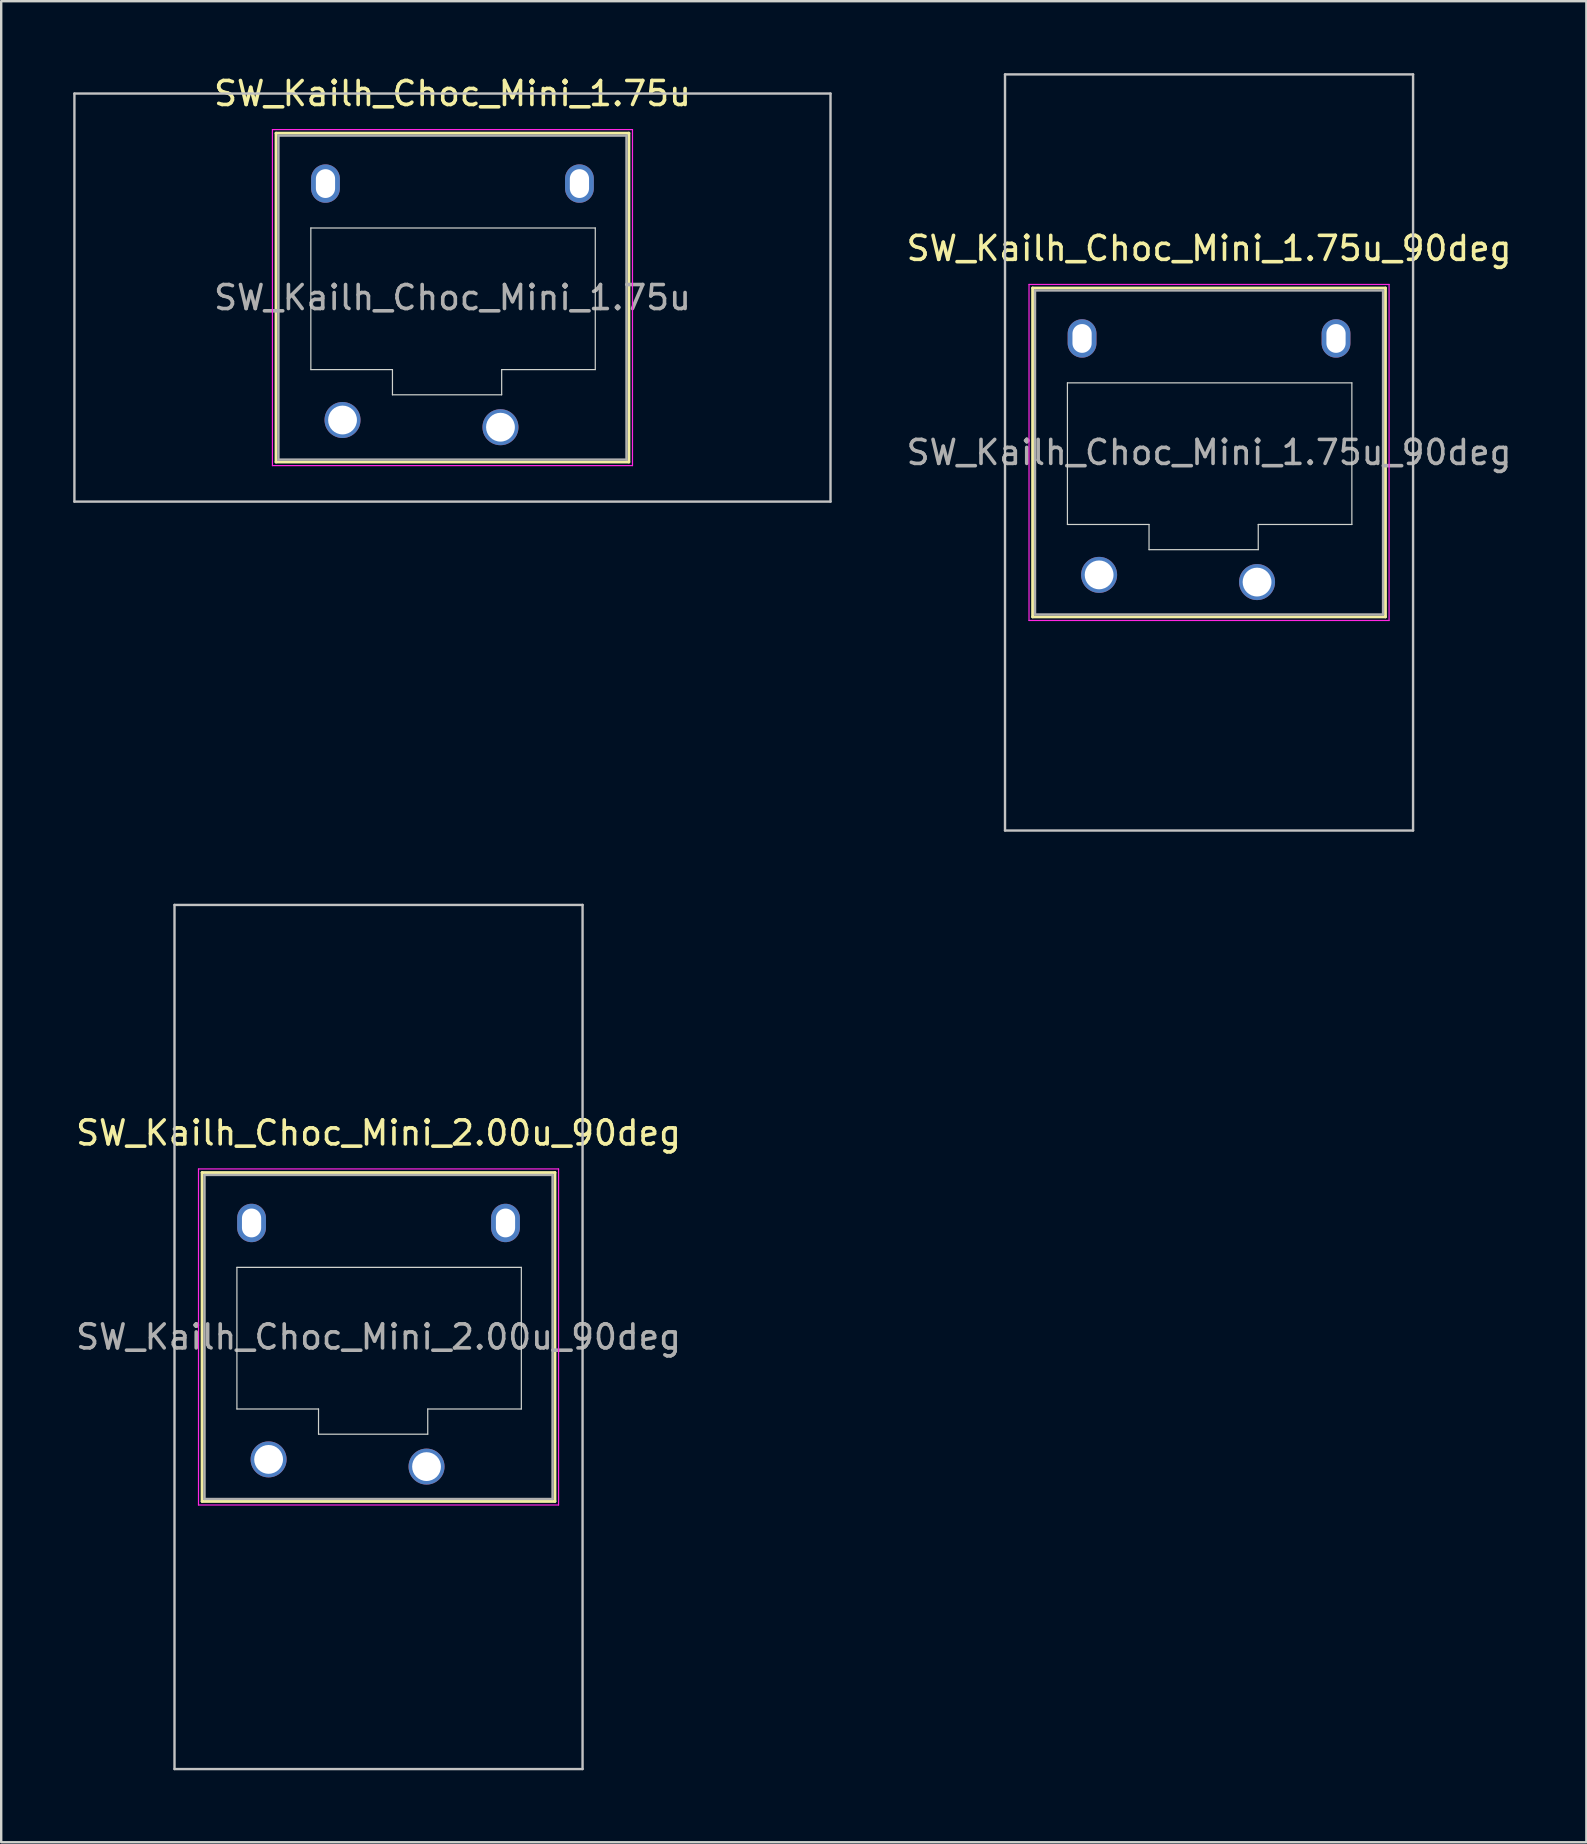
<source format=kicad_pcb>
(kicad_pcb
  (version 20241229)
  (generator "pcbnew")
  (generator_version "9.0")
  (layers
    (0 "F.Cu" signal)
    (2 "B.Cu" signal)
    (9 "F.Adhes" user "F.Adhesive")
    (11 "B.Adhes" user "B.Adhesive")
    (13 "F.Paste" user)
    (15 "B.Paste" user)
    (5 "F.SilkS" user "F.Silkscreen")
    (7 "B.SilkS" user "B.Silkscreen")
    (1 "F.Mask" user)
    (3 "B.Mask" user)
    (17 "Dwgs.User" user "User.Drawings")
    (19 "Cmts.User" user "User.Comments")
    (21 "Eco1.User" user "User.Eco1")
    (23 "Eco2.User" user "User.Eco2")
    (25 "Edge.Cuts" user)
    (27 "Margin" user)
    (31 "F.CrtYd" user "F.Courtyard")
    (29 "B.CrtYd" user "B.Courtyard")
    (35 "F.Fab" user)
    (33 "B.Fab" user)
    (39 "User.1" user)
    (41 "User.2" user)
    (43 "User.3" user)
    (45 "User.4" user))
  (footprint "SW_Kailh_Choc_Mini_2.00u_90deg"
    (layer "F.Cu")
    (at 12.72 52.65)
    (property "Reference" "SW_Kailh_Choc_Mini_2.00u_90deg" (at 0 -8.5 0) (layer "F.SilkS") (effects (font (size 1 1) (thickness 0.15))))
    (attr through_hole)
    (fp_line (start -7.35 -6.85) (end -7.35 6.85) (stroke (width 0.12) (type solid)) (layer "F.SilkS"))
    (fp_line (start -7.35 6.85) (end 7.35 6.85) (stroke (width 0.12) (type solid)) (layer "F.SilkS"))
    (fp_line (start 7.35 -6.85) (end -7.35 -6.85) (stroke (width 0.12) (type solid)) (layer "F.SilkS"))
    (fp_line (start 7.35 6.85) (end 7.35 -6.85) (stroke (width 0.12) (type solid)) (layer "F.SilkS"))
    (fp_line (start -8.5 -18) (end 8.5 -18) (stroke (width 0.1) (type solid)) (layer "Dwgs.User"))
    (fp_line (start -8.5 18) (end -8.5 -18) (stroke (width 0.1) (type solid)) (layer "Dwgs.User"))
    (fp_line (start 8.5 -18) (end 8.5 18) (stroke (width 0.1) (type solid)) (layer "Dwgs.User"))
    (fp_line (start 8.5 18) (end -8.5 18) (stroke (width 0.1) (type solid)) (layer "Dwgs.User"))
    (fp_line (start -6.85 -6.35) (end -6.85 6.35) (stroke (width 0.1) (type solid)) (layer "Eco1.User"))
    (fp_line (start -6.85 6.35) (end 6.85 6.35) (stroke (width 0.1) (type solid)) (layer "Eco1.User"))
    (fp_line (start 6.85 -6.35) (end -6.85 -6.35) (stroke (width 0.1) (type solid)) (layer "Eco1.User"))
    (fp_line (start 6.85 6.35) (end 6.85 -6.35) (stroke (width 0.1) (type solid)) (layer "Eco1.User"))
    (fp_line (start -5.9 -2.9) (end -5.9 3) (stroke (width 0.05) (type solid)) (layer "Edge.Cuts"))
    (fp_line (start -5.9 3) (end -2.5 3) (stroke (width 0.05) (type solid)) (layer "Edge.Cuts"))
    (fp_line (start -2.5 3) (end -2.5 4.05) (stroke (width 0.05) (type solid)) (layer "Edge.Cuts"))
    (fp_line (start -2.5 4.05) (end 2.05 4.05) (stroke (width 0.05) (type solid)) (layer "Edge.Cuts"))
    (fp_line (start 2.05 3) (end 5.95 3) (stroke (width 0.05) (type solid)) (layer "Edge.Cuts"))
    (fp_line (start 2.05 4.05) (end 2.05 3) (stroke (width 0.05) (type solid)) (layer "Edge.Cuts"))
    (fp_line (start 5.95 -2.9) (end -5.9 -2.9) (stroke (width 0.05) (type solid)) (layer "Edge.Cuts"))
    (fp_line (start 5.95 3) (end 5.95 -2.9) (stroke (width 0.05) (type solid)) (layer "Edge.Cuts"))
    (fp_line (start -7.5 -7) (end -7.5 7) (stroke (width 0.05) (type solid)) (layer "F.CrtYd"))
    (fp_line (start -7.5 7) (end 7.5 7) (stroke (width 0.05) (type solid)) (layer "F.CrtYd"))
    (fp_line (start 7.5 -7) (end -7.5 -7) (stroke (width 0.05) (type solid)) (layer "F.CrtYd"))
    (fp_line (start 7.5 7) (end 7.5 -7) (stroke (width 0.05) (type solid)) (layer "F.CrtYd"))
    (fp_line (start -7.25 -6.75) (end -7.25 6.75) (stroke (width 0.1) (type solid)) (layer "F.Fab"))
    (fp_line (start -7.25 6.75) (end 7.25 6.75) (stroke (width 0.1) (type solid)) (layer "F.Fab"))
    (fp_line (start 7.25 -6.75) (end -7.25 -6.75) (stroke (width 0.1) (type solid)) (layer "F.Fab"))
    (fp_line (start 7.25 6.75) (end 7.25 -6.75) (stroke (width 0.1) (type solid)) (layer "F.Fab"))
    (fp_text user "${REFERENCE}" (at 0 0 0) (layer "F.Fab") (effects (font (size 1 1) (thickness 0.15))))
    (pad "" np_thru_hole oval (at -5.29 -4.75) (size 1.2 1.6) (drill oval 0.8 1.2) (layers "*.Cu" "*.Mask"))
    (pad "" smd circle (at -4.58 5.1) (size 1.25 1.25) (layers "F.Mask"))
    (pad "" smd circle (at 2 5.4) (size 1.25 1.25) (layers "F.Mask"))
    (pad "" np_thru_hole oval (at 5.29 -4.75) (size 1.2 1.6) (drill oval 0.8 1.2) (layers "*.Cu" "*.Mask"))
    (pad "1" thru_hole circle (at 2 5.4) (size 1.5 1.5) (drill 1.2) (layers "*.Cu" "B.Mask"))
    (pad "2" thru_hole circle (at -4.58 5.1) (size 1.5 1.5) (drill 1.2) (layers "*.Cu" "B.Mask")))
  (footprint "SW_Kailh_Choc_Mini_1.75u_90deg"
    (layer "F.Cu")
    (at 47.32 15.8)
    (property "Reference" "SW_Kailh_Choc_Mini_1.75u_90deg" (at 0 -8.5 0) (layer "F.SilkS") (effects (font (size 1 1) (thickness 0.15))))
    (attr through_hole)
    (fp_line (start -7.35 -6.85) (end -7.35 6.85) (stroke (width 0.12) (type solid)) (layer "F.SilkS"))
    (fp_line (start -7.35 6.85) (end 7.35 6.85) (stroke (width 0.12) (type solid)) (layer "F.SilkS"))
    (fp_line (start 7.35 -6.85) (end -7.35 -6.85) (stroke (width 0.12) (type solid)) (layer "F.SilkS"))
    (fp_line (start 7.35 6.85) (end 7.35 -6.85) (stroke (width 0.12) (type solid)) (layer "F.SilkS"))
    (fp_line (start -8.5 -15.75) (end 8.5 -15.75) (stroke (width 0.1) (type solid)) (layer "Dwgs.User"))
    (fp_line (start -8.5 15.75) (end -8.5 -15.75) (stroke (width 0.1) (type solid)) (layer "Dwgs.User"))
    (fp_line (start 8.5 -15.75) (end 8.5 15.75) (stroke (width 0.1) (type solid)) (layer "Dwgs.User"))
    (fp_line (start 8.5 15.75) (end -8.5 15.75) (stroke (width 0.1) (type solid)) (layer "Dwgs.User"))
    (fp_line (start -6.85 -6.35) (end -6.85 6.35) (stroke (width 0.1) (type solid)) (layer "Eco1.User"))
    (fp_line (start -6.85 6.35) (end 6.85 6.35) (stroke (width 0.1) (type solid)) (layer "Eco1.User"))
    (fp_line (start 6.85 -6.35) (end -6.85 -6.35) (stroke (width 0.1) (type solid)) (layer "Eco1.User"))
    (fp_line (start 6.85 6.35) (end 6.85 -6.35) (stroke (width 0.1) (type solid)) (layer "Eco1.User"))
    (fp_line (start -5.9 -2.9) (end -5.9 3) (stroke (width 0.05) (type solid)) (layer "Edge.Cuts"))
    (fp_line (start -5.9 3) (end -2.5 3) (stroke (width 0.05) (type solid)) (layer "Edge.Cuts"))
    (fp_line (start -2.5 3) (end -2.5 4.05) (stroke (width 0.05) (type solid)) (layer "Edge.Cuts"))
    (fp_line (start -2.5 4.05) (end 2.05 4.05) (stroke (width 0.05) (type solid)) (layer "Edge.Cuts"))
    (fp_line (start 2.05 3) (end 5.95 3) (stroke (width 0.05) (type solid)) (layer "Edge.Cuts"))
    (fp_line (start 2.05 4.05) (end 2.05 3) (stroke (width 0.05) (type solid)) (layer "Edge.Cuts"))
    (fp_line (start 5.95 -2.9) (end -5.9 -2.9) (stroke (width 0.05) (type solid)) (layer "Edge.Cuts"))
    (fp_line (start 5.95 3) (end 5.95 -2.9) (stroke (width 0.05) (type solid)) (layer "Edge.Cuts"))
    (fp_line (start -7.5 -7) (end -7.5 7) (stroke (width 0.05) (type solid)) (layer "F.CrtYd"))
    (fp_line (start -7.5 7) (end 7.5 7) (stroke (width 0.05) (type solid)) (layer "F.CrtYd"))
    (fp_line (start 7.5 -7) (end -7.5 -7) (stroke (width 0.05) (type solid)) (layer "F.CrtYd"))
    (fp_line (start 7.5 7) (end 7.5 -7) (stroke (width 0.05) (type solid)) (layer "F.CrtYd"))
    (fp_line (start -7.25 -6.75) (end -7.25 6.75) (stroke (width 0.1) (type solid)) (layer "F.Fab"))
    (fp_line (start -7.25 6.75) (end 7.25 6.75) (stroke (width 0.1) (type solid)) (layer "F.Fab"))
    (fp_line (start 7.25 -6.75) (end -7.25 -6.75) (stroke (width 0.1) (type solid)) (layer "F.Fab"))
    (fp_line (start 7.25 6.75) (end 7.25 -6.75) (stroke (width 0.1) (type solid)) (layer "F.Fab"))
    (fp_text user "${REFERENCE}" (at 0 0 0) (layer "F.Fab") (effects (font (size 1 1) (thickness 0.15))))
    (pad "" np_thru_hole oval (at -5.29 -4.75) (size 1.2 1.6) (drill oval 0.8 1.2) (layers "*.Cu" "*.Mask"))
    (pad "" smd circle (at -4.58 5.1) (size 1.25 1.25) (layers "F.Mask"))
    (pad "" smd circle (at 2 5.4) (size 1.25 1.25) (layers "F.Mask"))
    (pad "" np_thru_hole oval (at 5.29 -4.75) (size 1.2 1.6) (drill oval 0.8 1.2) (layers "*.Cu" "*.Mask"))
    (pad "1" thru_hole circle (at 2 5.4) (size 1.5 1.5) (drill 1.2) (layers "*.Cu" "B.Mask"))
    (pad "2" thru_hole circle (at -4.58 5.1) (size 1.5 1.5) (drill 1.2) (layers "*.Cu" "B.Mask")))
  (footprint "SW_Kailh_Choc_Mini_1.75u"
    (layer "F.Cu")
    (at 15.8 9.348)
    (property "Reference" "SW_Kailh_Choc_Mini_1.75u" (at 0 -8.5 0) (layer "F.SilkS") (effects (font (size 1 1) (thickness 0.15))))
    (attr through_hole)
    (fp_line (start -7.35 -6.85) (end -7.35 6.85) (stroke (width 0.12) (type solid)) (layer "F.SilkS"))
    (fp_line (start -7.35 6.85) (end 7.35 6.85) (stroke (width 0.12) (type solid)) (layer "F.SilkS"))
    (fp_line (start 7.35 -6.85) (end -7.35 -6.85) (stroke (width 0.12) (type solid)) (layer "F.SilkS"))
    (fp_line (start 7.35 6.85) (end 7.35 -6.85) (stroke (width 0.12) (type solid)) (layer "F.SilkS"))
    (fp_line (start -15.75 -8.5) (end -15.75 8.5) (stroke (width 0.1) (type solid)) (layer "Dwgs.User"))
    (fp_line (start -15.75 8.5) (end 15.75 8.5) (stroke (width 0.1) (type solid)) (layer "Dwgs.User"))
    (fp_line (start 15.75 -8.5) (end -15.75 -8.5) (stroke (width 0.1) (type solid)) (layer "Dwgs.User"))
    (fp_line (start 15.75 8.5) (end 15.75 -8.5) (stroke (width 0.1) (type solid)) (layer "Dwgs.User"))
    (fp_line (start -6.85 -6.35) (end -6.85 6.35) (stroke (width 0.1) (type solid)) (layer "Eco1.User"))
    (fp_line (start -6.85 6.35) (end 6.85 6.35) (stroke (width 0.1) (type solid)) (layer "Eco1.User"))
    (fp_line (start 6.85 -6.35) (end -6.85 -6.35) (stroke (width 0.1) (type solid)) (layer "Eco1.User"))
    (fp_line (start 6.85 6.35) (end 6.85 -6.35) (stroke (width 0.1) (type solid)) (layer "Eco1.User"))
    (fp_line (start -5.9 -2.9) (end -5.9 3) (stroke (width 0.05) (type solid)) (layer "Edge.Cuts"))
    (fp_line (start -5.9 3) (end -2.5 3) (stroke (width 0.05) (type solid)) (layer "Edge.Cuts"))
    (fp_line (start -2.5 3) (end -2.5 4.05) (stroke (width 0.05) (type solid)) (layer "Edge.Cuts"))
    (fp_line (start -2.5 4.05) (end 2.05 4.05) (stroke (width 0.05) (type solid)) (layer "Edge.Cuts"))
    (fp_line (start 2.05 3) (end 5.95 3) (stroke (width 0.05) (type solid)) (layer "Edge.Cuts"))
    (fp_line (start 2.05 4.05) (end 2.05 3) (stroke (width 0.05) (type solid)) (layer "Edge.Cuts"))
    (fp_line (start 5.95 -2.9) (end -5.9 -2.9) (stroke (width 0.05) (type solid)) (layer "Edge.Cuts"))
    (fp_line (start 5.95 3) (end 5.95 -2.9) (stroke (width 0.05) (type solid)) (layer "Edge.Cuts"))
    (fp_line (start -7.5 -7) (end -7.5 7) (stroke (width 0.05) (type solid)) (layer "F.CrtYd"))
    (fp_line (start -7.5 7) (end 7.5 7) (stroke (width 0.05) (type solid)) (layer "F.CrtYd"))
    (fp_line (start 7.5 -7) (end -7.5 -7) (stroke (width 0.05) (type solid)) (layer "F.CrtYd"))
    (fp_line (start 7.5 7) (end 7.5 -7) (stroke (width 0.05) (type solid)) (layer "F.CrtYd"))
    (fp_line (start -7.25 -6.75) (end -7.25 6.75) (stroke (width 0.1) (type solid)) (layer "F.Fab"))
    (fp_line (start -7.25 6.75) (end 7.25 6.75) (stroke (width 0.1) (type solid)) (layer "F.Fab"))
    (fp_line (start 7.25 -6.75) (end -7.25 -6.75) (stroke (width 0.1) (type solid)) (layer "F.Fab"))
    (fp_line (start 7.25 6.75) (end 7.25 -6.75) (stroke (width 0.1) (type solid)) (layer "F.Fab"))
    (fp_text user "${REFERENCE}" (at 0 0 0) (layer "F.Fab") (effects (font (size 1 1) (thickness 0.15))))
    (pad "" np_thru_hole oval (at -5.29 -4.75) (size 1.2 1.6) (drill oval 0.8 1.2) (layers "*.Cu" "*.Mask"))
    (pad "" smd circle (at -4.58 5.1) (size 1.25 1.25) (layers "F.Mask"))
    (pad "" smd circle (at 2 5.4) (size 1.25 1.25) (layers "F.Mask"))
    (pad "" np_thru_hole oval (at 5.29 -4.75) (size 1.2 1.6) (drill oval 0.8 1.2) (layers "*.Cu" "*.Mask"))
    (pad "1" thru_hole circle (at 2 5.4) (size 1.5 1.5) (drill 1.2) (layers "*.Cu" "B.Mask"))
    (pad "2" thru_hole circle (at -4.58 5.1) (size 1.5 1.5) (drill 1.2) (layers "*.Cu" "B.Mask")))
  (gr_rect
    (start -3 -3)
    (end 63.04 73.7)
    (stroke (width 0.1) (type default))
    (fill no)
    (layer "Edge.Cuts")))
</source>
